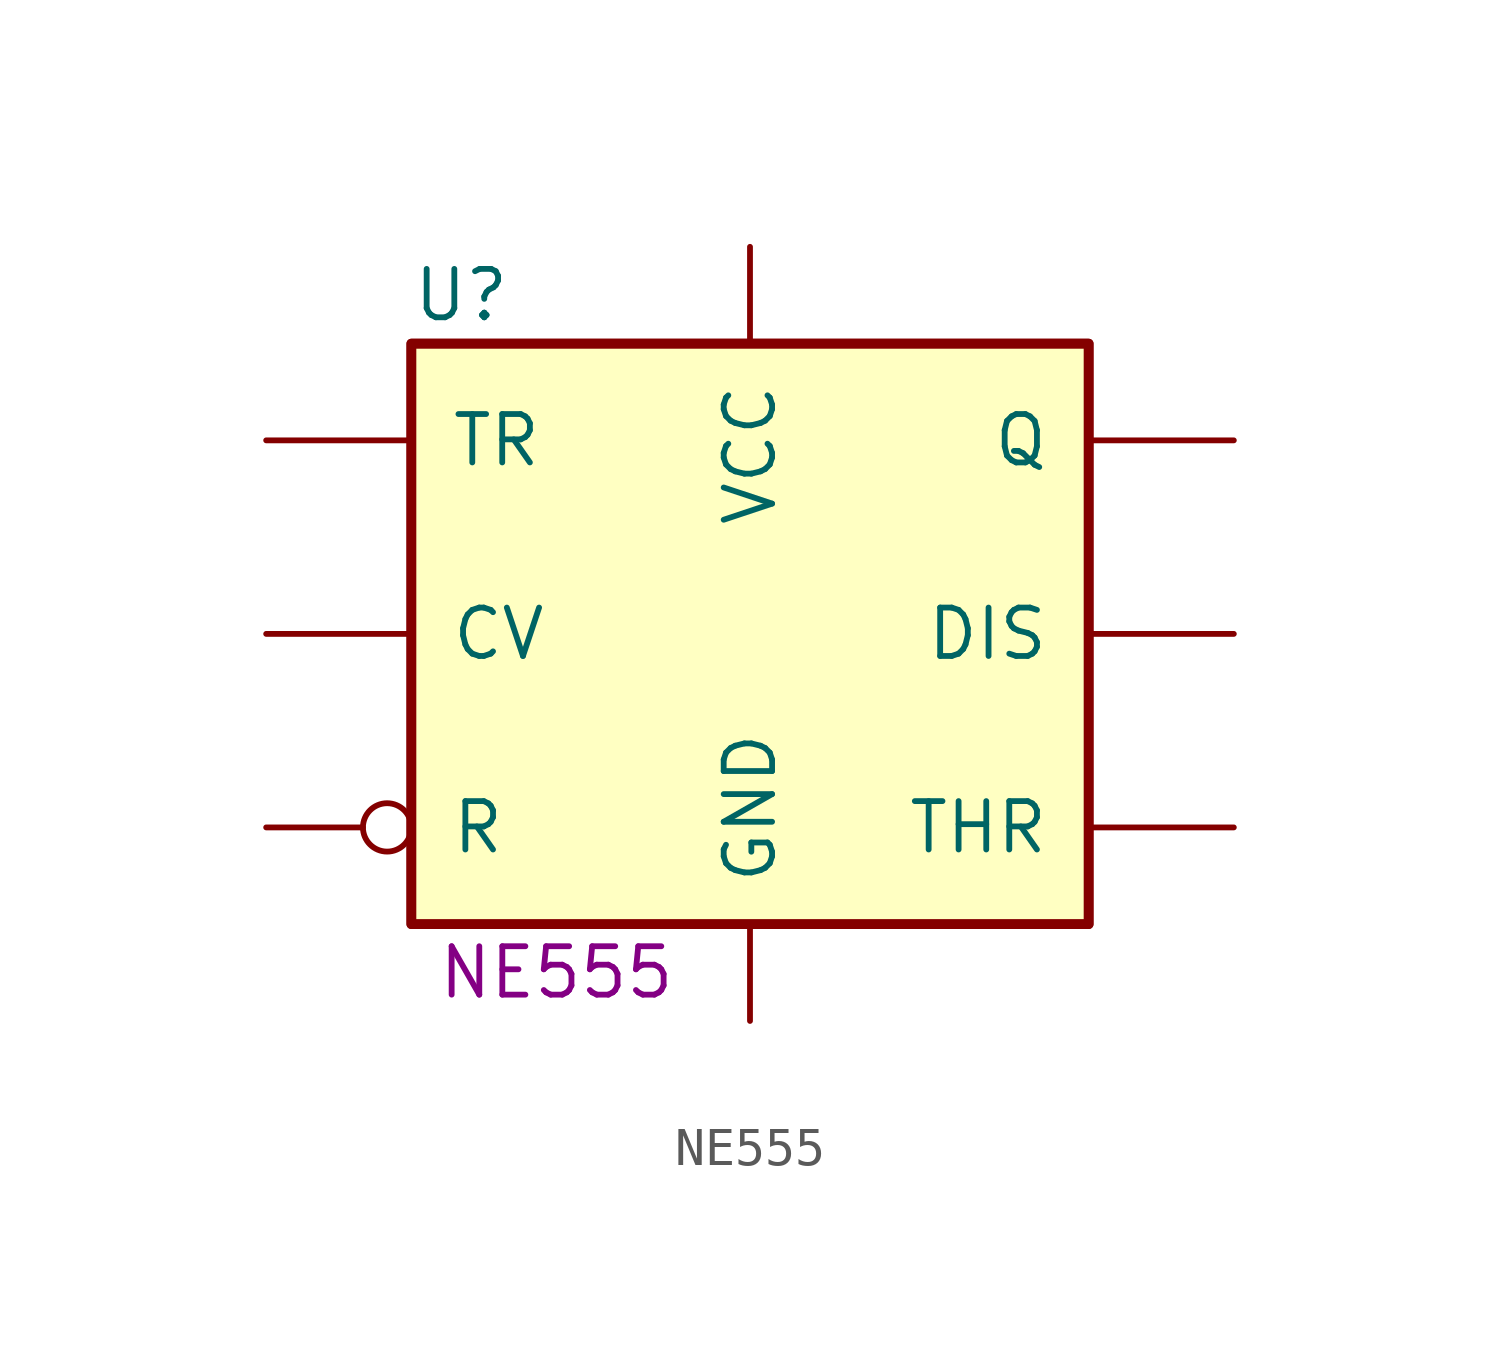
<source format=kicad_sym>
(kicad_symbol_lib
  (version 20211014)
  (generator kicad_symbol_editor)
  (symbol "NE555"
    (pin_numbers hide)
    (pin_names
      (offset 1.016))
    (property "Reference" "U"
      (at -8.89 8.89 0)
      (effects (font (size 1.27 1.27)) (justify left)))
    (property "Symbol" "NE555"
      (at -5.08 -8.89 0)
      (effects (font (size 1.27 1.27))))
    (symbol "NE555_0_0"
      (pin power_in line (at 0 -10.16 90) (length 2.54) (name "GND" (effects (font (size 1.27 1.27)))) (number "1" (effects (font (size 1.27 1.27)))))
      (pin power_in line (at 0 10.16 270) (length 2.54) (name "VCC" (effects (font (size 1.27 1.27)))) (number "8" (effects (font (size 1.27 1.27))))))
    (symbol "NE555_0_1"
      (rectangle (start -8.89 -7.62) (end 8.89 7.62) (stroke (width 0.254) (type default) (color 0 0 0 0)) (fill (type background)))
      (rectangle (start -8.89 -7.62) (end 8.89 7.62) (stroke (width 0.254) (type default) (color 0 0 0 0)) (fill (type background))))
    (symbol "NE555_1_1"
      (pin input line (at -12.7 5.08 0) (length 3.81) (name "TR" (effects (font (size 1.27 1.27)))) (number "2" (effects (font (size 1.27 1.27)))))
      (pin output line (at 12.7 5.08 180) (length 3.81) (name "Q" (effects (font (size 1.27 1.27)))) (number "3" (effects (font (size 1.27 1.27)))))
      (pin input inverted (at -12.7 -5.08 0) (length 3.81) (name "R" (effects (font (size 1.27 1.27)))) (number "4" (effects (font (size 1.27 1.27)))))
      (pin input line (at -12.7 0 0) (length 3.81) (name "CV" (effects (font (size 1.27 1.27)))) (number "5" (effects (font (size 1.27 1.27)))))
      (pin input line (at 12.7 -5.08 180) (length 3.81) (name "THR" (effects (font (size 1.27 1.27)))) (number "6" (effects (font (size 1.27 1.27)))))
      (pin input line (at 12.7 0 180) (length 3.81) (name "DIS" (effects (font (size 1.27 1.27)))) (number "7" (effects (font (size 1.27 1.27))))))))
</source>
